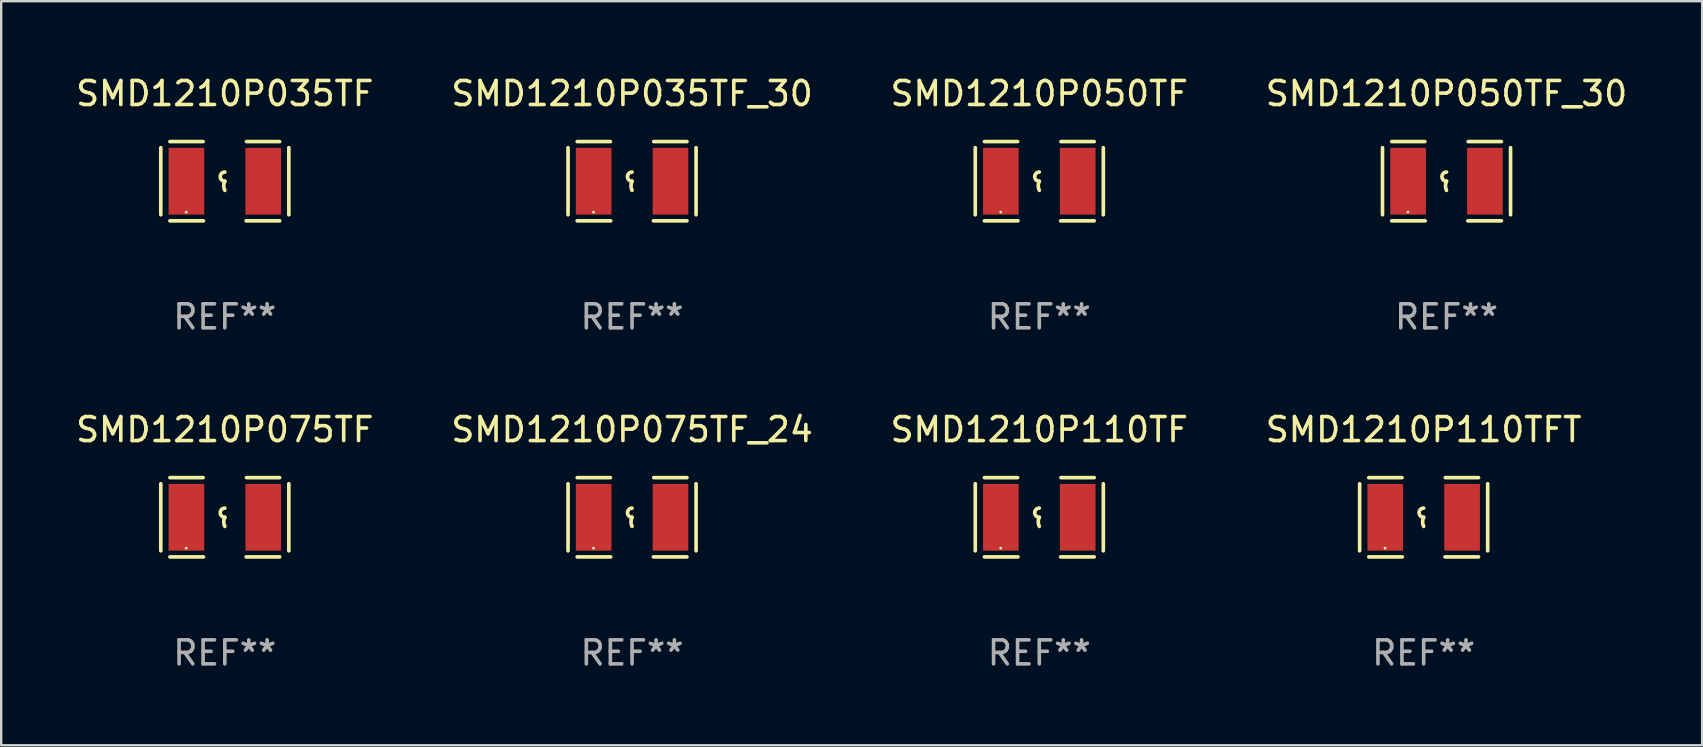
<source format=kicad_pcb>
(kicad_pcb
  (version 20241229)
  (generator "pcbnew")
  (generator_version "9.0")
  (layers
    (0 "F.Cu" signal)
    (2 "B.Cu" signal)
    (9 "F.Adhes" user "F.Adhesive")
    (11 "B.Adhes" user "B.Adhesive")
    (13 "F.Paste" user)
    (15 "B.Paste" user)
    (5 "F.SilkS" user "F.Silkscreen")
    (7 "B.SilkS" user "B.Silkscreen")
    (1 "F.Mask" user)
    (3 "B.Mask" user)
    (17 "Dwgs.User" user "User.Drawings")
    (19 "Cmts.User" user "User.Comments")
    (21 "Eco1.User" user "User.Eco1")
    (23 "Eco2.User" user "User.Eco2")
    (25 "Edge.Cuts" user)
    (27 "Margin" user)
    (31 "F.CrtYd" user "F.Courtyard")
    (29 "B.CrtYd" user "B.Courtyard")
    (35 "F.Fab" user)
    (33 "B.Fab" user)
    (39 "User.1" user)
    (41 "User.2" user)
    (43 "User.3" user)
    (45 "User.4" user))
  (footprint "SMD1210P050TF"
    (layer "F.Cu")
    (at 40.244 4.499)
    (property "Reference" "SMD1210P050TF" (at 0 -3.651 0) (layer "F.SilkS") (effects (font (size 1 1) (thickness 0.15))))
    (attr through_hole)
    (fp_line (start -2.667 -1.397) (end -2.667 1.397) (stroke (width 0.152) (type solid)) (layer "F.SilkS"))
    (fp_line (start -2.286 -1.651) (end -0.903 -1.651) (stroke (width 0.152) (type solid)) (layer "F.SilkS"))
    (fp_line (start -0.889 1.651) (end -2.286 1.651) (stroke (width 0.152) (type solid)) (layer "F.SilkS"))
    (fp_line (start 0.889 1.651) (end 2.286 1.651) (stroke (width 0.152) (type solid)) (layer "F.SilkS"))
    (fp_line (start 2.286 -1.651) (end 0.903 -1.651) (stroke (width 0.152) (type solid)) (layer "F.SilkS"))
    (fp_line (start 2.667 -1.397) (end 2.667 1.397) (stroke (width 0.152) (type solid)) (layer "F.SilkS"))
    (fp_arc (start 0 0) (mid -0.1905 -0.1905) (end 0 -0.381) (stroke (width 0.151994) (type solid)) (layer "F.SilkS"))
    (fp_arc (start 0 0.381001) (mid -0.044971 0.1905) (end 0 0) (stroke (width 0.151994) (type solid)) (layer "F.SilkS"))
    (fp_circle (center -1.608 1.288) (end -1.578 1.288) (stroke (width 0.06) (type solid)) (fill no) (layer "F.SilkS"))
    (fp_text user "REF**" (at 0 5.651 0) (layer "F.Fab") (effects (font (size 1 1) (thickness 0.15))))
    (pad "1" smd rect (at -1.6 0) (size 1.485 2.781) (layers "F.Cu" "F.Mask" "F.Paste"))
    (pad "2" smd rect (at 1.6 0) (size 1.485 2.781) (layers "F.Cu" "F.Mask" "F.Paste")))
  (footprint "SMD1210P075TF_24"
    (layer "F.Cu")
    (at 23.28 18.498)
    (property "Reference" "SMD1210P075TF_24" (at 0 -3.651 0) (layer "F.SilkS") (effects (font (size 1 1) (thickness 0.15))))
    (attr through_hole)
    (fp_line (start -2.667 -1.397) (end -2.667 1.397) (stroke (width 0.152) (type solid)) (layer "F.SilkS"))
    (fp_line (start -2.286 -1.651) (end -0.903 -1.651) (stroke (width 0.152) (type solid)) (layer "F.SilkS"))
    (fp_line (start -0.889 1.651) (end -2.286 1.651) (stroke (width 0.152) (type solid)) (layer "F.SilkS"))
    (fp_line (start 0.889 1.651) (end 2.286 1.651) (stroke (width 0.152) (type solid)) (layer "F.SilkS"))
    (fp_line (start 2.286 -1.651) (end 0.903 -1.651) (stroke (width 0.152) (type solid)) (layer "F.SilkS"))
    (fp_line (start 2.667 -1.397) (end 2.667 1.397) (stroke (width 0.152) (type solid)) (layer "F.SilkS"))
    (fp_arc (start 0 0) (mid -0.1905 -0.1905) (end 0 -0.381) (stroke (width 0.151994) (type solid)) (layer "F.SilkS"))
    (fp_arc (start 0 0.381001) (mid -0.044971 0.1905) (end 0 0) (stroke (width 0.151994) (type solid)) (layer "F.SilkS"))
    (fp_circle (center -1.608 1.288) (end -1.578 1.288) (stroke (width 0.06) (type solid)) (fill no) (layer "F.SilkS"))
    (fp_text user "REF**" (at 0 5.651 0) (layer "F.Fab") (effects (font (size 1 1) (thickness 0.15))))
    (pad "1" smd rect (at -1.6 0) (size 1.485 2.781) (layers "F.Cu" "F.Mask" "F.Paste"))
    (pad "2" smd rect (at 1.6 0) (size 1.485 2.781) (layers "F.Cu" "F.Mask" "F.Paste")))
  (footprint "SMD1210P035TF"
    (layer "F.Cu")
    (at 6.315 4.499)
    (property "Reference" "SMD1210P035TF" (at 0 -3.651 0) (layer "F.SilkS") (effects (font (size 1 1) (thickness 0.15))))
    (attr through_hole)
    (fp_line (start -2.667 -1.397) (end -2.667 1.397) (stroke (width 0.152) (type solid)) (layer "F.SilkS"))
    (fp_line (start -2.286 -1.651) (end -0.903 -1.651) (stroke (width 0.152) (type solid)) (layer "F.SilkS"))
    (fp_line (start -0.889 1.651) (end -2.286 1.651) (stroke (width 0.152) (type solid)) (layer "F.SilkS"))
    (fp_line (start 0.889 1.651) (end 2.286 1.651) (stroke (width 0.152) (type solid)) (layer "F.SilkS"))
    (fp_line (start 2.286 -1.651) (end 0.903 -1.651) (stroke (width 0.152) (type solid)) (layer "F.SilkS"))
    (fp_line (start 2.667 -1.397) (end 2.667 1.397) (stroke (width 0.152) (type solid)) (layer "F.SilkS"))
    (fp_arc (start 0 0) (mid -0.1905 -0.1905) (end 0 -0.381) (stroke (width 0.151994) (type solid)) (layer "F.SilkS"))
    (fp_arc (start 0 0.381001) (mid -0.044971 0.1905) (end 0 0) (stroke (width 0.151994) (type solid)) (layer "F.SilkS"))
    (fp_circle (center -1.608 1.288) (end -1.578 1.288) (stroke (width 0.06) (type solid)) (fill no) (layer "F.SilkS"))
    (fp_text user "REF**" (at 0 5.651 0) (layer "F.Fab") (effects (font (size 1 1) (thickness 0.15))))
    (pad "1" smd rect (at -1.6 0) (size 1.485 2.781) (layers "F.Cu" "F.Mask" "F.Paste"))
    (pad "2" smd rect (at 1.6 0) (size 1.485 2.781) (layers "F.Cu" "F.Mask" "F.Paste")))
  (footprint "SMD1210P050TF_30"
    (layer "F.Cu")
    (at 57.208 4.499)
    (property "Reference" "SMD1210P050TF_30" (at 0 -3.651 0) (layer "F.SilkS") (effects (font (size 1 1) (thickness 0.15))))
    (attr through_hole)
    (fp_line (start -2.667 -1.397) (end -2.667 1.397) (stroke (width 0.152) (type solid)) (layer "F.SilkS"))
    (fp_line (start -2.286 -1.651) (end -0.903 -1.651) (stroke (width 0.152) (type solid)) (layer "F.SilkS"))
    (fp_line (start -0.889 1.651) (end -2.286 1.651) (stroke (width 0.152) (type solid)) (layer "F.SilkS"))
    (fp_line (start 0.889 1.651) (end 2.286 1.651) (stroke (width 0.152) (type solid)) (layer "F.SilkS"))
    (fp_line (start 2.286 -1.651) (end 0.903 -1.651) (stroke (width 0.152) (type solid)) (layer "F.SilkS"))
    (fp_line (start 2.667 -1.397) (end 2.667 1.397) (stroke (width 0.152) (type solid)) (layer "F.SilkS"))
    (fp_arc (start 0 0) (mid -0.1905 -0.1905) (end 0 -0.381) (stroke (width 0.151994) (type solid)) (layer "F.SilkS"))
    (fp_arc (start 0 0.381001) (mid -0.044971 0.1905) (end 0 0) (stroke (width 0.151994) (type solid)) (layer "F.SilkS"))
    (fp_circle (center -1.608 1.288) (end -1.578 1.288) (stroke (width 0.06) (type solid)) (fill no) (layer "F.SilkS"))
    (fp_text user "REF**" (at 0 5.651 0) (layer "F.Fab") (effects (font (size 1 1) (thickness 0.15))))
    (pad "1" smd rect (at -1.6 0) (size 1.485 2.781) (layers "F.Cu" "F.Mask" "F.Paste"))
    (pad "2" smd rect (at 1.6 0) (size 1.485 2.781) (layers "F.Cu" "F.Mask" "F.Paste")))
  (footprint "SMD1210P110TF"
    (layer "F.Cu")
    (at 40.244 18.498)
    (property "Reference" "SMD1210P110TF" (at 0 -3.651 0) (layer "F.SilkS") (effects (font (size 1 1) (thickness 0.15))))
    (attr through_hole)
    (fp_line (start -2.667 -1.397) (end -2.667 1.397) (stroke (width 0.152) (type solid)) (layer "F.SilkS"))
    (fp_line (start -2.286 -1.651) (end -0.903 -1.651) (stroke (width 0.152) (type solid)) (layer "F.SilkS"))
    (fp_line (start -0.889 1.651) (end -2.286 1.651) (stroke (width 0.152) (type solid)) (layer "F.SilkS"))
    (fp_line (start 0.889 1.651) (end 2.286 1.651) (stroke (width 0.152) (type solid)) (layer "F.SilkS"))
    (fp_line (start 2.286 -1.651) (end 0.903 -1.651) (stroke (width 0.152) (type solid)) (layer "F.SilkS"))
    (fp_line (start 2.667 -1.397) (end 2.667 1.397) (stroke (width 0.152) (type solid)) (layer "F.SilkS"))
    (fp_arc (start 0 0) (mid -0.1905 -0.1905) (end 0 -0.381) (stroke (width 0.151994) (type solid)) (layer "F.SilkS"))
    (fp_arc (start 0 0.381001) (mid -0.044971 0.1905) (end 0 0) (stroke (width 0.151994) (type solid)) (layer "F.SilkS"))
    (fp_circle (center -1.608 1.288) (end -1.578 1.288) (stroke (width 0.06) (type solid)) (fill no) (layer "F.SilkS"))
    (fp_text user "REF**" (at 0 5.651 0) (layer "F.Fab") (effects (font (size 1 1) (thickness 0.15))))
    (pad "1" smd rect (at -1.6 0) (size 1.485 2.781) (layers "F.Cu" "F.Mask" "F.Paste"))
    (pad "2" smd rect (at 1.6 0) (size 1.485 2.781) (layers "F.Cu" "F.Mask" "F.Paste")))
  (footprint "SMD1210P075TF"
    (layer "F.Cu")
    (at 6.315 18.498)
    (property "Reference" "SMD1210P075TF" (at 0 -3.651 0) (layer "F.SilkS") (effects (font (size 1 1) (thickness 0.15))))
    (attr through_hole)
    (fp_line (start -2.667 -1.397) (end -2.667 1.397) (stroke (width 0.152) (type solid)) (layer "F.SilkS"))
    (fp_line (start -2.286 -1.651) (end -0.903 -1.651) (stroke (width 0.152) (type solid)) (layer "F.SilkS"))
    (fp_line (start -0.889 1.651) (end -2.286 1.651) (stroke (width 0.152) (type solid)) (layer "F.SilkS"))
    (fp_line (start 0.889 1.651) (end 2.286 1.651) (stroke (width 0.152) (type solid)) (layer "F.SilkS"))
    (fp_line (start 2.286 -1.651) (end 0.903 -1.651) (stroke (width 0.152) (type solid)) (layer "F.SilkS"))
    (fp_line (start 2.667 -1.397) (end 2.667 1.397) (stroke (width 0.152) (type solid)) (layer "F.SilkS"))
    (fp_arc (start 0 0) (mid -0.1905 -0.1905) (end 0 -0.381) (stroke (width 0.151994) (type solid)) (layer "F.SilkS"))
    (fp_arc (start 0 0.381001) (mid -0.044971 0.1905) (end 0 0) (stroke (width 0.151994) (type solid)) (layer "F.SilkS"))
    (fp_circle (center -1.608 1.288) (end -1.578 1.288) (stroke (width 0.06) (type solid)) (fill no) (layer "F.SilkS"))
    (fp_text user "REF**" (at 0 5.651 0) (layer "F.Fab") (effects (font (size 1 1) (thickness 0.15))))
    (pad "1" smd rect (at -1.6 0) (size 1.485 2.781) (layers "F.Cu" "F.Mask" "F.Paste"))
    (pad "2" smd rect (at 1.6 0) (size 1.485 2.781) (layers "F.Cu" "F.Mask" "F.Paste")))
  (footprint "SMD1210P035TF_30"
    (layer "F.Cu")
    (at 23.28 4.499)
    (property "Reference" "SMD1210P035TF_30" (at 0 -3.651 0) (layer "F.SilkS") (effects (font (size 1 1) (thickness 0.15))))
    (attr through_hole)
    (fp_line (start -2.667 -1.397) (end -2.667 1.397) (stroke (width 0.152) (type solid)) (layer "F.SilkS"))
    (fp_line (start -2.286 -1.651) (end -0.903 -1.651) (stroke (width 0.152) (type solid)) (layer "F.SilkS"))
    (fp_line (start -0.889 1.651) (end -2.286 1.651) (stroke (width 0.152) (type solid)) (layer "F.SilkS"))
    (fp_line (start 0.889 1.651) (end 2.286 1.651) (stroke (width 0.152) (type solid)) (layer "F.SilkS"))
    (fp_line (start 2.286 -1.651) (end 0.903 -1.651) (stroke (width 0.152) (type solid)) (layer "F.SilkS"))
    (fp_line (start 2.667 -1.397) (end 2.667 1.397) (stroke (width 0.152) (type solid)) (layer "F.SilkS"))
    (fp_arc (start 0 0) (mid -0.1905 -0.1905) (end 0 -0.381) (stroke (width 0.151994) (type solid)) (layer "F.SilkS"))
    (fp_arc (start 0 0.381001) (mid -0.044971 0.1905) (end 0 0) (stroke (width 0.151994) (type solid)) (layer "F.SilkS"))
    (fp_circle (center -1.608 1.288) (end -1.578 1.288) (stroke (width 0.06) (type solid)) (fill no) (layer "F.SilkS"))
    (fp_text user "REF**" (at 0 5.651 0) (layer "F.Fab") (effects (font (size 1 1) (thickness 0.15))))
    (pad "1" smd rect (at -1.6 0) (size 1.485 2.781) (layers "F.Cu" "F.Mask" "F.Paste"))
    (pad "2" smd rect (at 1.6 0) (size 1.485 2.781) (layers "F.Cu" "F.Mask" "F.Paste")))
  (footprint "SMD1210P110TFT"
    (layer "F.Cu")
    (at 56.256 18.498)
    (property "Reference" "SMD1210P110TFT" (at 0 -3.651 0) (layer "F.SilkS") (effects (font (size 1 1) (thickness 0.15))))
    (attr through_hole)
    (fp_line (start -2.667 -1.397) (end -2.667 1.397) (stroke (width 0.152) (type solid)) (layer "F.SilkS"))
    (fp_line (start -2.286 -1.651) (end -0.903 -1.651) (stroke (width 0.152) (type solid)) (layer "F.SilkS"))
    (fp_line (start -0.889 1.651) (end -2.286 1.651) (stroke (width 0.152) (type solid)) (layer "F.SilkS"))
    (fp_line (start 0.889 1.651) (end 2.286 1.651) (stroke (width 0.152) (type solid)) (layer "F.SilkS"))
    (fp_line (start 2.286 -1.651) (end 0.903 -1.651) (stroke (width 0.152) (type solid)) (layer "F.SilkS"))
    (fp_line (start 2.667 -1.397) (end 2.667 1.397) (stroke (width 0.152) (type solid)) (layer "F.SilkS"))
    (fp_arc (start 0 0) (mid -0.1905 -0.1905) (end 0 -0.381) (stroke (width 0.151994) (type solid)) (layer "F.SilkS"))
    (fp_arc (start 0 0.381001) (mid -0.044971 0.1905) (end 0 0) (stroke (width 0.151994) (type solid)) (layer "F.SilkS"))
    (fp_circle (center -1.608 1.288) (end -1.578 1.288) (stroke (width 0.06) (type solid)) (fill no) (layer "F.SilkS"))
    (fp_text user "REF**" (at 0 5.651 0) (layer "F.Fab") (effects (font (size 1 1) (thickness 0.15))))
    (pad "1" smd rect (at -1.6 0) (size 1.485 2.781) (layers "F.Cu" "F.Mask" "F.Paste"))
    (pad "2" smd rect (at 1.6 0) (size 1.485 2.781) (layers "F.Cu" "F.Mask" "F.Paste")))
  (gr_rect
    (start -3 -3)
    (end 67.857 27.997)
    (stroke (width 0.1) (type default))
    (fill no)
    (layer "Edge.Cuts")))
</source>
